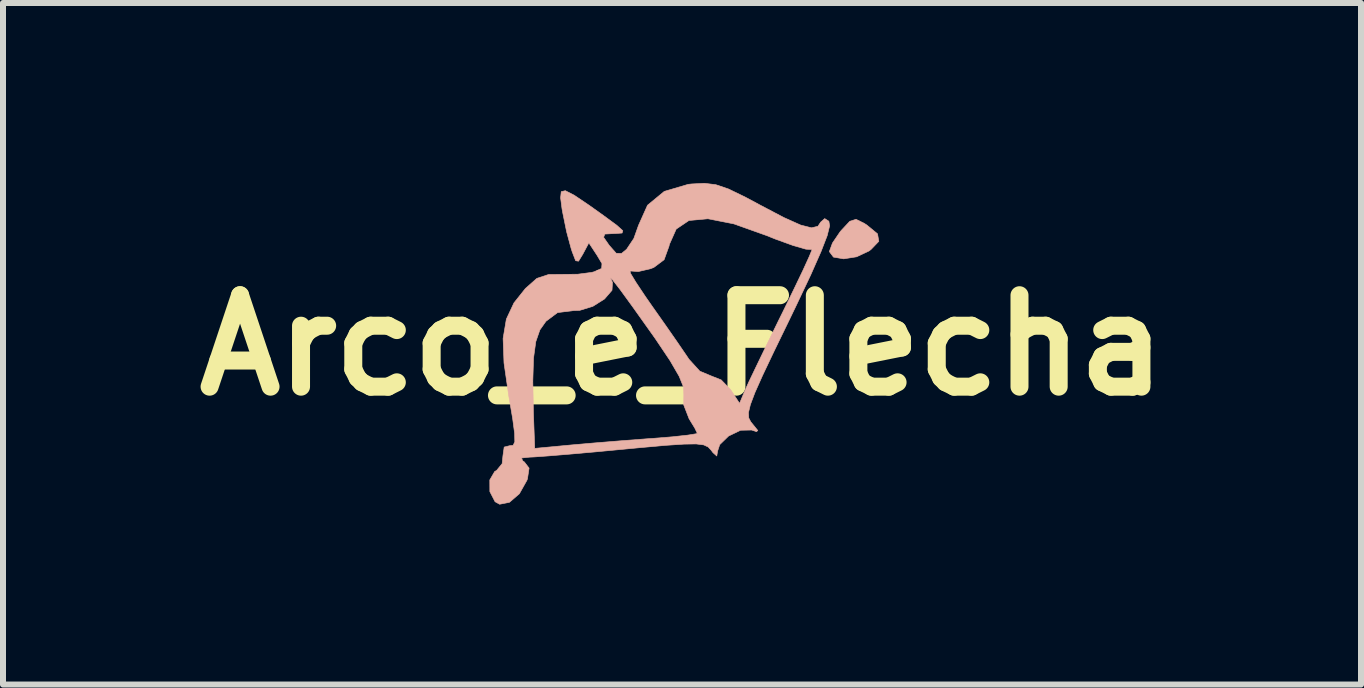
<source format=kicad_pcb>
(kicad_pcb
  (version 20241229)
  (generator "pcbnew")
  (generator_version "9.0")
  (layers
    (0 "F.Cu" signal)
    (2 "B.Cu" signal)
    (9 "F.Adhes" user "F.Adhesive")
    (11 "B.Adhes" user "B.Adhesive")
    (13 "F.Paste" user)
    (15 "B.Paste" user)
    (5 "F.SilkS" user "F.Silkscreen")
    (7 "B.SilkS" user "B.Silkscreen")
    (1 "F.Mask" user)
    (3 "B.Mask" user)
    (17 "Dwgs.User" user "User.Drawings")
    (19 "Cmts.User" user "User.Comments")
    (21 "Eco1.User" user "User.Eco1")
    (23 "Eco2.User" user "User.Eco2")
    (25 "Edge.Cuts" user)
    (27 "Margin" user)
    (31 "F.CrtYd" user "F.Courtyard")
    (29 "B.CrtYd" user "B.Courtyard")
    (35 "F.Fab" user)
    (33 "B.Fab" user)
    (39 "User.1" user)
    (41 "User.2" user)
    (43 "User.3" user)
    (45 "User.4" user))
  (footprint "Arco_e_Flecha"
    (layer "F.Cu")
    (at 8.317 2.705)
    (property "Reference" "Arco_e_Flecha" (at 0 0 0) (layer "F.SilkS") (effects (font (size 1.524 1.524) (thickness 0.3))))
    (attr through_hole)
    (fp_poly (pts (xy 3.036 -2.033) (xy 3.079 -2.005) (xy 3.258 -1.858) (xy 3.28 -1.733) (xy 3.148 -1.596) (xy 3.114 -1.571) (xy 2.909 -1.475) (xy 2.694 -1.441) (xy 2.524 -1.47) (xy 2.455 -1.562) (xy 2.507 -1.704) (xy 2.634 -1.891) (xy 2.656 -1.917) (xy 2.796 -2.067) (xy 2.9 -2.1) (xy 3.036 -2.033)) (stroke (width 0.01) (type solid)) (fill yes) (layer "B.SilkS"))
    (fp_poly (pts (xy 0.563 -2.677) (xy 0.773 -2.606) (xy 1.05 -2.472) (xy 1.298 -2.339) (xy 1.698 -2.129) (xy 1.977 -2.004) (xy 2.159 -1.958) (xy 2.265 -1.984) (xy 2.311 -2.053) (xy 2.378 -2.112) (xy 2.447 -2.068) (xy 2.46 -1.992) (xy 2.419 -1.827) (xy 2.316 -1.561) (xy 2.147 -1.178) (xy 1.905 -0.667) (xy 1.785 -0.418) (xy 1.53 0.107) (xy 1.342 0.503) (xy 1.214 0.79) (xy 1.139 0.989) (xy 1.107 1.122) (xy 1.112 1.211) (xy 1.146 1.276) (xy 1.169 1.304) (xy 1.263 1.42) (xy 1.241 1.439) (xy 1.16 1.412) (xy 0.976 1.416) (xy 0.776 1.512) (xy 0.628 1.656) (xy 0.593 1.762) (xy 0.579 1.845) (xy 0.516 1.789) (xy 0.486 1.749) (xy 0.436 1.695) (xy 0.362 1.66) (xy 0.237 1.644) (xy 0.035 1.647) (xy -0.269 1.667) (xy -0.702 1.706) (xy -0.975 1.732) (xy -1.452 1.777) (xy -1.882 1.815) (xy -2.233 1.844) (xy -2.469 1.861) (xy -2.54 1.864) (xy -2.675 1.878) (xy -2.656 1.925) (xy -2.628 1.944) (xy -2.549 2.047) (xy -2.576 2.224) (xy -2.585 2.25) (xy -2.711 2.474) (xy -2.877 2.617) (xy -3.04 2.649) (xy -3.116 2.607) (xy -3.203 2.438) (xy -3.204 2.244) (xy -3.122 2.103) (xy -3.091 2.086) (xy -2.998 1.973) (xy -2.985 1.844) (xy -2.964 1.696) (xy -2.872 1.673) (xy -2.815 1.667) (xy -2.787 1.609) (xy -2.79 1.47) (xy -2.823 1.221) (xy -2.889 0.835) (xy -2.89 0.826) (xy -2.923 0.598) (xy -2.487 0.598) (xy -2.477 1.119) (xy -2.475 1.176) (xy -2.455 1.718) (xy -1.848 1.661) (xy -1.458 1.627) (xy -0.992 1.589) (xy -0.544 1.555) (xy -0.493 1.552) (xy -0.161 1.525) (xy 0.095 1.497) (xy 0.237 1.474) (xy 0.254 1.466) (xy 0.213 1.38) (xy 0.118 1.225) (xy 0.028 0.993) (xy 0.03 0.824) (xy 0.026 0.699) (xy -0.047 0.518) (xy -0.199 0.256) (xy -0.444 -0.109) (xy -0.517 -0.212) (xy -0.815 -0.631) (xy -1.029 -0.925) (xy -1.158 -1.091) (xy -1.197 -1.125) (xy -1.159 -1.049) (xy -1.167 -0.917) (xy -1.292 -0.772) (xy -1.487 -0.649) (xy -1.706 -0.582) (xy -1.805 -0.579) (xy -2.075 -0.545) (xy -2.268 -0.4) (xy -2.369 -0.257) (xy -2.437 -0.062) (xy -2.475 0.214) (xy -2.487 0.598) (xy -2.923 0.598) (xy -2.967 0.294) (xy -2.982 -0.114) (xy -2.928 -0.436) (xy -2.801 -0.707) (xy -2.61 -0.947) (xy -2.42 -1.115) (xy -2.224 -1.18) (xy -2.012 -1.182) (xy -1.737 -1.185) (xy -1.506 -1.215) (xy -1.464 -1.226) (xy -1.433 -1.24) (xy -0.866 -1.24) (xy -0.859 -1.2) (xy -0.769 -1.051) (xy -0.614 -0.818) (xy -0.509 -0.667) (xy -0.285 -0.349) (xy -0.076 -0.049) (xy 0.081 0.181) (xy 0.115 0.232) (xy 0.296 0.431) (xy 0.477 0.507) (xy 0.477 0.507) (xy 0.653 0.577) (xy 0.809 0.738) (xy 0.959 0.968) (xy 1.046 0.759) (xy 1.114 0.609) (xy 1.242 0.342) (xy 1.412 -0.01) (xy 1.608 -0.411) (xy 1.677 -0.55) (xy 1.864 -0.934) (xy 2.016 -1.251) (xy 2.12 -1.479) (xy 2.166 -1.591) (xy 2.164 -1.597) (xy 2.065 -1.602) (xy 1.85 -1.664) (xy 1.557 -1.77) (xy 1.413 -1.828) (xy 0.863 -2.024) (xy 0.432 -2.109) (xy 0.115 -2.08) (xy -0.097 -1.937) (xy -0.212 -1.679) (xy -0.216 -1.655) (xy -0.299 -1.426) (xy -0.47 -1.298) (xy -0.526 -1.276) (xy -0.729 -1.229) (xy -0.865 -1.239) (xy -0.866 -1.24) (xy -1.433 -1.24) (xy -1.34 -1.281) (xy -1.334 -1.362) (xy -1.415 -1.498) (xy -1.553 -1.708) (xy -1.654 -1.518) (xy -1.725 -1.402) (xy -1.773 -1.41) (xy -1.831 -1.56) (xy -1.849 -1.616) (xy -1.924 -1.894) (xy -1.989 -2.213) (xy -2 -2.274) (xy -2.024 -2.459) (xy -2.013 -2.561) (xy -1.945 -2.577) (xy -1.798 -2.502) (xy -1.55 -2.335) (xy -1.313 -2.166) (xy -1.087 -2) (xy -0.987 -1.91) (xy -0.999 -1.871) (xy -1.109 -1.863) (xy -1.126 -1.863) (xy -1.287 -1.854) (xy -1.307 -1.8) (xy -1.213 -1.665) (xy -1.097 -1.534) (xy -1.008 -1.531) (xy -0.923 -1.601) (xy -0.803 -1.781) (xy -0.725 -2) (xy -0.575 -2.335) (xy -0.296 -2.565) (xy 0.103 -2.683) (xy 0.16 -2.689) (xy 0.374 -2.7) (xy 0.563 -2.677)) (stroke (width 0.01) (type solid)) (fill yes) (layer "B.SilkS")))
  (gr_rect
    (start -3 -3)
    (end 19.633 8.359)
    (stroke (width 0.1) (type default))
    (fill no)
    (layer "Edge.Cuts")))
</source>
